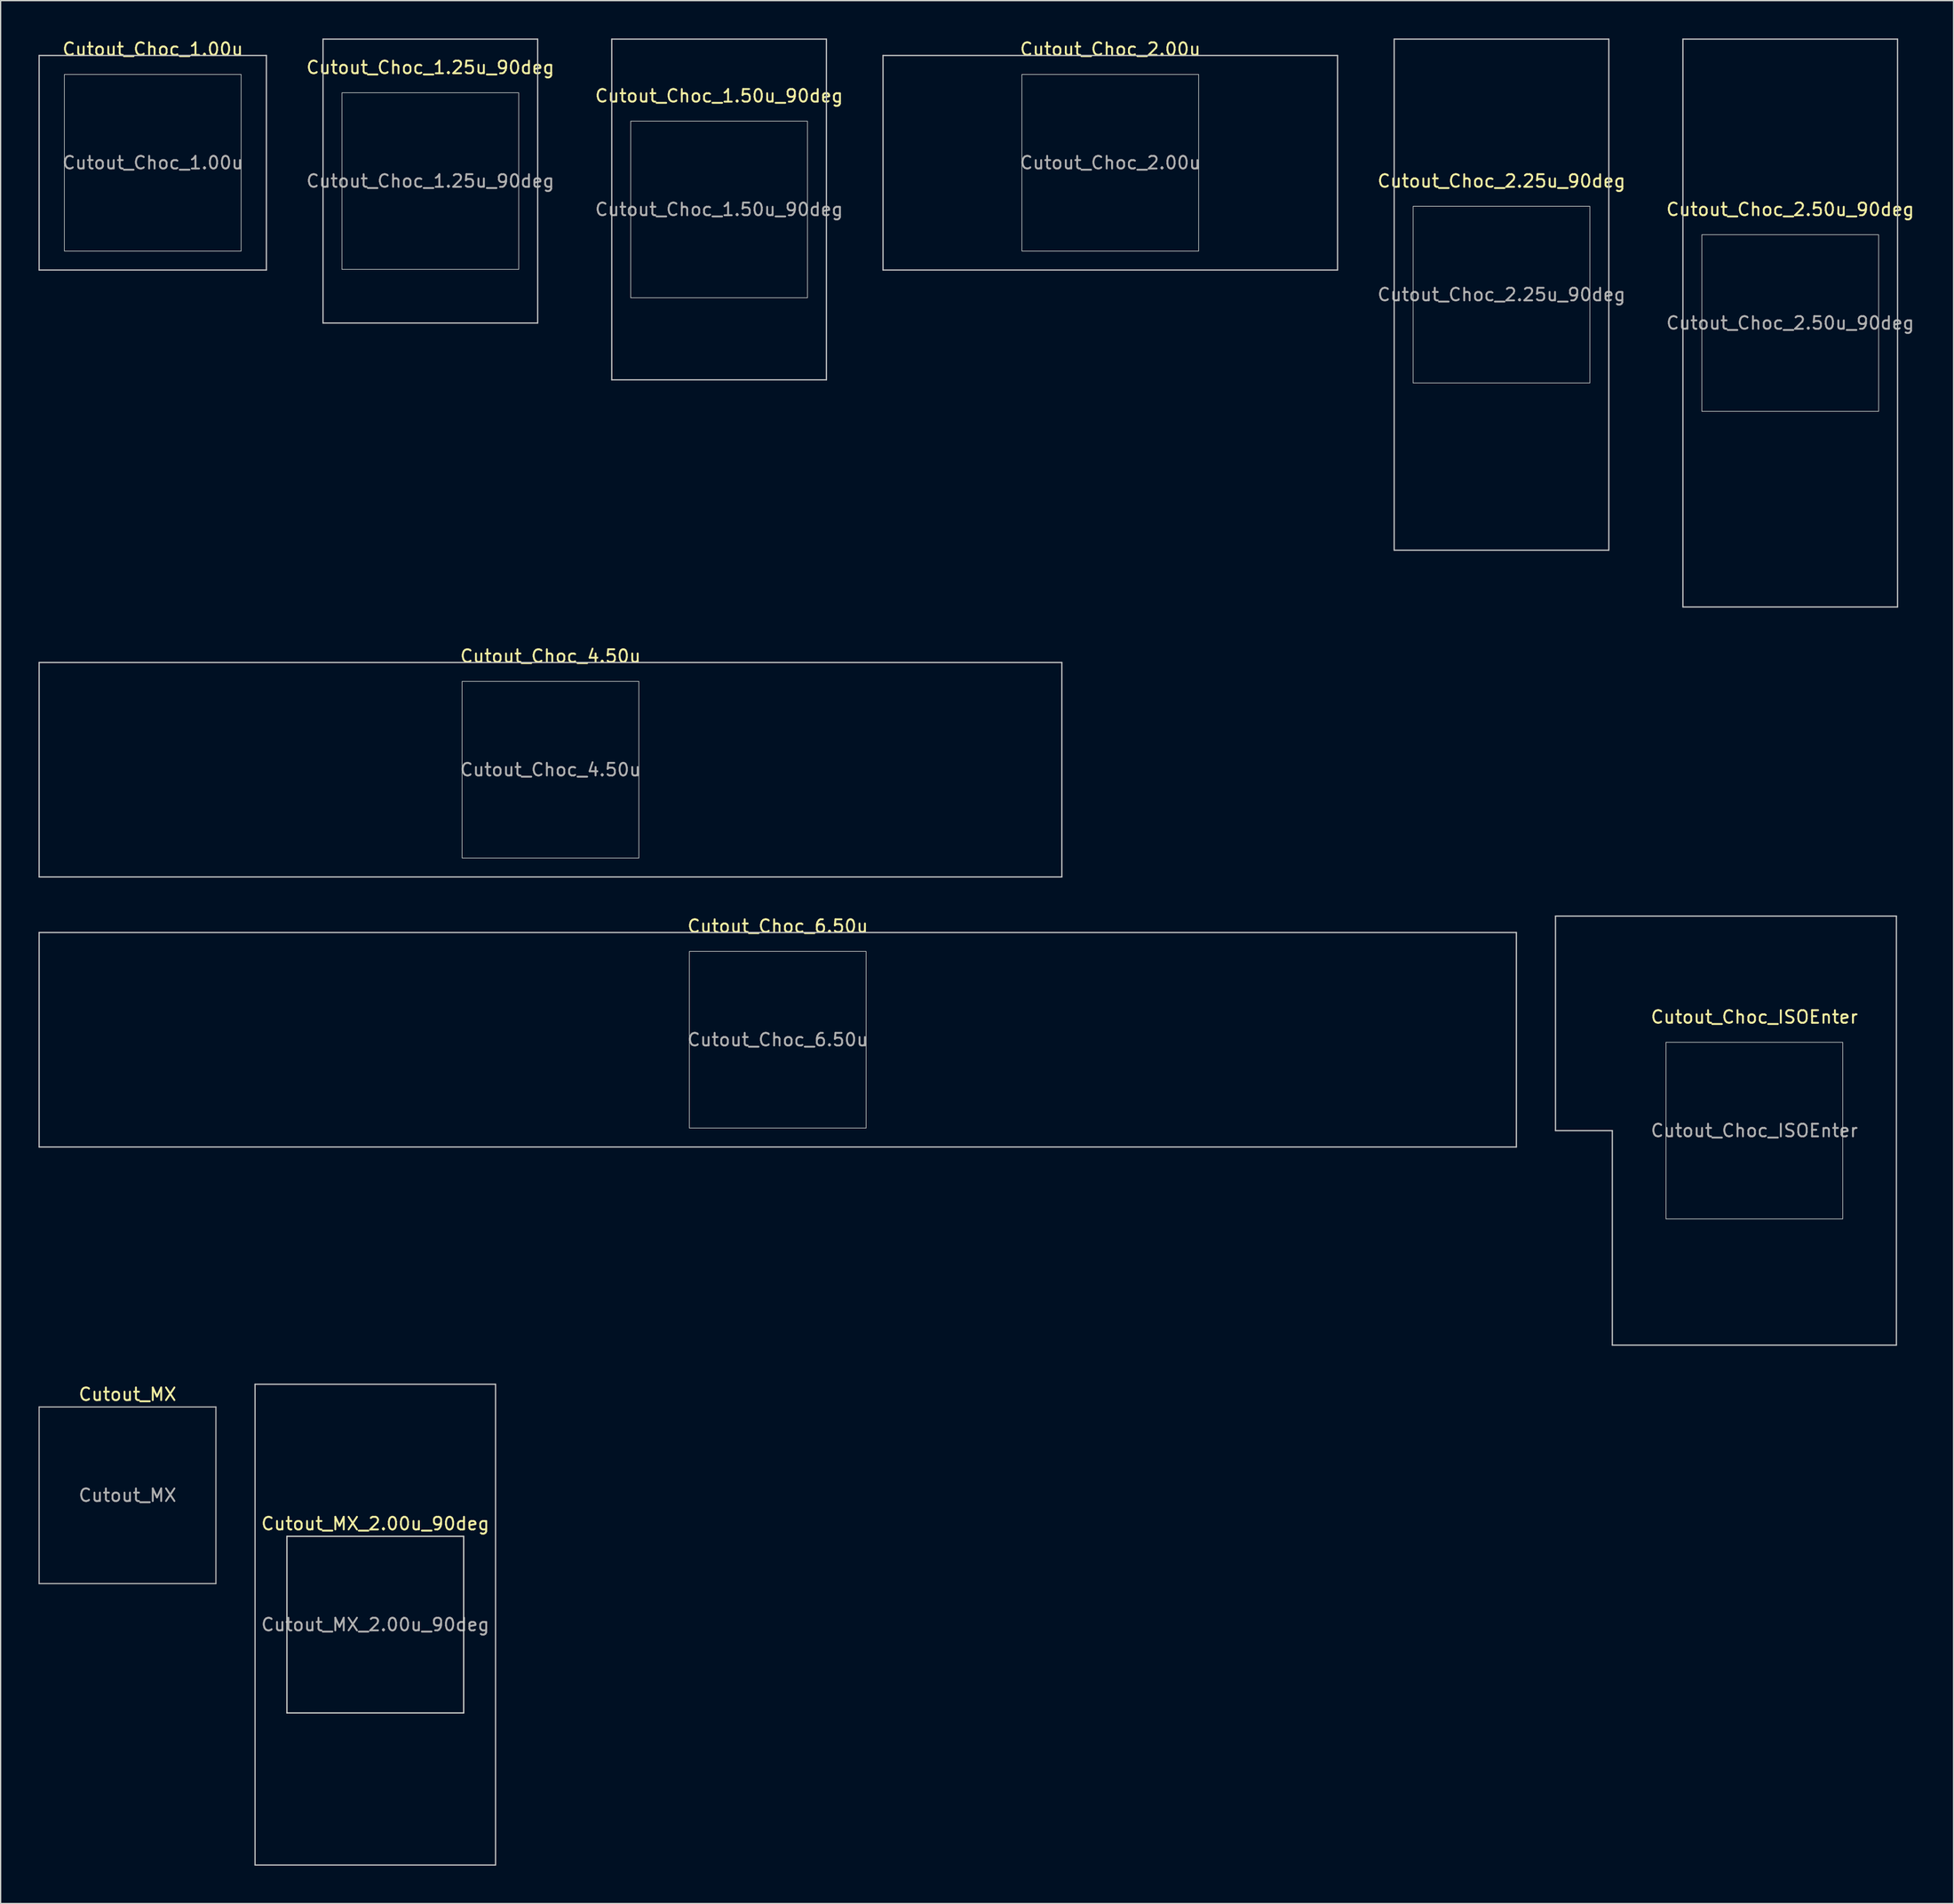
<source format=kicad_pcb>
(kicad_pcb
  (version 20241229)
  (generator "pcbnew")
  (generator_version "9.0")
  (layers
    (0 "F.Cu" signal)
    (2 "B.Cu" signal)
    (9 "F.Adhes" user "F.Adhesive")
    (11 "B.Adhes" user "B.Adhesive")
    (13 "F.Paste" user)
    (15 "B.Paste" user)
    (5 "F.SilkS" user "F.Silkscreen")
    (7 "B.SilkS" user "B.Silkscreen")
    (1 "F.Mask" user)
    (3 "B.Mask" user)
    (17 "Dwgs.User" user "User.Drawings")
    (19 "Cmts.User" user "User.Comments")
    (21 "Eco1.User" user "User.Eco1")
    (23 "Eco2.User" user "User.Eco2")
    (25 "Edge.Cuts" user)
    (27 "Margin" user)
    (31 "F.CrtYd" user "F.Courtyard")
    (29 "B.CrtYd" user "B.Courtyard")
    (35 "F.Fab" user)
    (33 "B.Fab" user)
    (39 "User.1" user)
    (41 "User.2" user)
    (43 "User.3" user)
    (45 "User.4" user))
  (footprint "Cutout_Choc_1.00u"
    (layer "F.Cu")
    (at 9.05 9.848)
    (property "Reference" "Cutout_Choc_1.00u" (at 0 -9 0) (layer "F.SilkS") (effects (font (size 1 1) (thickness 0.15))))
    (attr through_hole)
    (fp_line (start -9 -8.5) (end -9 8.5) (stroke (width 0.1) (type solid)) (layer "Dwgs.User"))
    (fp_line (start -9 8.5) (end 9 8.5) (stroke (width 0.1) (type solid)) (layer "Dwgs.User"))
    (fp_line (start 9 -8.5) (end -9 -8.5) (stroke (width 0.1) (type solid)) (layer "Dwgs.User"))
    (fp_line (start 9 8.5) (end 9 -8.5) (stroke (width 0.1) (type solid)) (layer "Dwgs.User"))
    (fp_rect (start -7 -7) (end 7 7) (stroke (width 0.05) (type default)) (fill no) (layer "Edge.Cuts"))
    (fp_text user "${REFERENCE}" (at 0 0 0) (layer "F.Fab") (effects (font (size 1 1) (thickness 0.15)))))
  (footprint "Cutout_Choc_4.50u"
    (layer "F.Cu")
    (at 40.55 57.948)
    (property "Reference" "Cutout_Choc_4.50u" (at 0 -9 0) (layer "F.SilkS") (effects (font (size 1 1) (thickness 0.15))))
    (attr through_hole)
    (fp_line (start -40.5 -8.5) (end -40.5 8.5) (stroke (width 0.1) (type solid)) (layer "Dwgs.User"))
    (fp_line (start -40.5 8.5) (end 40.5 8.5) (stroke (width 0.1) (type solid)) (layer "Dwgs.User"))
    (fp_line (start 40.5 -8.5) (end -40.5 -8.5) (stroke (width 0.1) (type solid)) (layer "Dwgs.User"))
    (fp_line (start 40.5 8.5) (end 40.5 -8.5) (stroke (width 0.1) (type solid)) (layer "Dwgs.User"))
    (fp_rect (start -7 -7) (end 7 7) (stroke (width 0.05) (type default)) (fill no) (layer "Edge.Cuts"))
    (fp_text user "${REFERENCE}" (at 0 0 0) (layer "F.Fab") (effects (font (size 1 1) (thickness 0.15)))))
  (footprint "Cutout_Choc_2.00u"
    (layer "F.Cu")
    (at 84.888 9.848)
    (property "Reference" "Cutout_Choc_2.00u" (at 0 -9 0) (layer "F.SilkS") (effects (font (size 1 1) (thickness 0.15))))
    (attr through_hole)
    (fp_line (start -18 -8.5) (end -18 8.5) (stroke (width 0.1) (type solid)) (layer "Dwgs.User"))
    (fp_line (start -18 8.5) (end 18 8.5) (stroke (width 0.1) (type solid)) (layer "Dwgs.User"))
    (fp_line (start 18 -8.5) (end -18 -8.5) (stroke (width 0.1) (type solid)) (layer "Dwgs.User"))
    (fp_line (start 18 8.5) (end 18 -8.5) (stroke (width 0.1) (type solid)) (layer "Dwgs.User"))
    (fp_rect (start -7 -7) (end 7 7) (stroke (width 0.05) (type default)) (fill no) (layer "Edge.Cuts"))
    (fp_text user "${REFERENCE}" (at 0 0 0) (layer "F.Fab") (effects (font (size 1 1) (thickness 0.15)))))
  (footprint "Cutout_Choc_1.25u_90deg"
    (layer "F.Cu")
    (at 31.035 11.3)
    (property "Reference" "Cutout_Choc_1.25u_90deg" (at 0 -9 0) (layer "F.SilkS") (effects (font (size 1 1) (thickness 0.15))))
    (attr through_hole)
    (fp_line (start -8.5 -11.25) (end 8.5 -11.25) (stroke (width 0.1) (type solid)) (layer "Dwgs.User"))
    (fp_line (start -8.5 11.25) (end -8.5 -11.25) (stroke (width 0.1) (type solid)) (layer "Dwgs.User"))
    (fp_line (start 8.5 -11.25) (end 8.5 11.25) (stroke (width 0.1) (type solid)) (layer "Dwgs.User"))
    (fp_line (start 8.5 11.25) (end -8.5 11.25) (stroke (width 0.1) (type solid)) (layer "Dwgs.User"))
    (fp_rect (start -7 -7) (end 7 7) (stroke (width 0.05) (type default)) (fill no) (layer "Edge.Cuts"))
    (fp_text user "${REFERENCE}" (at 0 0 0) (layer "F.Fab") (effects (font (size 1 1) (thickness 0.15)))))
  (footprint "Cutout_Choc_ISOEnter"
    (layer "F.Cu")
    (at 135.9 86.548)
    (property "Reference" "Cutout_Choc_ISOEnter" (at 0 -9 0) (layer "F.SilkS") (effects (font (size 1 1) (thickness 0.15))))
    (attr through_hole)
    (fp_line (start -15.75 -17) (end -15.75 0) (stroke (width 0.1) (type solid)) (layer "Dwgs.User"))
    (fp_line (start -15.75 0) (end -11.25 0) (stroke (width 0.1) (type solid)) (layer "Dwgs.User"))
    (fp_line (start -11.25 0) (end -11.25 17) (stroke (width 0.1) (type solid)) (layer "Dwgs.User"))
    (fp_line (start -11.25 17) (end 11.25 17) (stroke (width 0.1) (type solid)) (layer "Dwgs.User"))
    (fp_line (start 11.25 -17) (end -15.75 -17) (stroke (width 0.1) (type solid)) (layer "Dwgs.User"))
    (fp_line (start 11.25 17) (end 11.25 -17) (stroke (width 0.1) (type solid)) (layer "Dwgs.User"))
    (fp_rect (start -7 -7) (end 7 7) (stroke (width 0.05) (type default)) (fill no) (layer "Edge.Cuts"))
    (fp_text user "${REFERENCE}" (at 0 0 0) (layer "F.Fab") (effects (font (size 1 1) (thickness 0.15)))))
  (footprint "Cutout_Choc_2.25u_90deg"
    (layer "F.Cu")
    (at 115.873 20.3)
    (property "Reference" "Cutout_Choc_2.25u_90deg" (at 0 -9 0) (layer "F.SilkS") (effects (font (size 1 1) (thickness 0.15))))
    (attr through_hole)
    (fp_line (start -8.5 -20.25) (end 8.5 -20.25) (stroke (width 0.1) (type solid)) (layer "Dwgs.User"))
    (fp_line (start -8.5 20.25) (end -8.5 -20.25) (stroke (width 0.1) (type solid)) (layer "Dwgs.User"))
    (fp_line (start 8.5 -20.25) (end 8.5 20.25) (stroke (width 0.1) (type solid)) (layer "Dwgs.User"))
    (fp_line (start 8.5 20.25) (end -8.5 20.25) (stroke (width 0.1) (type solid)) (layer "Dwgs.User"))
    (fp_rect (start -7 -7) (end 7 7) (stroke (width 0.05) (type default)) (fill no) (layer "Edge.Cuts"))
    (fp_text user "${REFERENCE}" (at 0 0 0) (layer "F.Fab") (effects (font (size 1 1) (thickness 0.15)))))
  (footprint "Cutout_MX_2.00u_90deg"
    (layer "F.Cu")
    (at 26.675 125.698)
    (property "Reference" "Cutout_MX_2.00u_90deg" (at 0 -8 0) (layer "F.SilkS") (effects (font (size 1 1) (thickness 0.15))))
    (attr through_hole)
    (fp_line (start -9.525 -19.05) (end 9.525 -19.05) (stroke (width 0.1) (type solid)) (layer "Dwgs.User"))
    (fp_line (start -9.525 19.05) (end -9.525 -19.05) (stroke (width 0.1) (type solid)) (layer "Dwgs.User"))
    (fp_line (start 9.525 -19.05) (end 9.525 19.05) (stroke (width 0.1) (type solid)) (layer "Dwgs.User"))
    (fp_line (start 9.525 19.05) (end -9.525 19.05) (stroke (width 0.1) (type solid)) (layer "Dwgs.User"))
    (fp_line (start -7 -7) (end -7 7) (stroke (width 0.1) (type solid)) (layer "Edge.Cuts"))
    (fp_line (start -7 7) (end 7 7) (stroke (width 0.1) (type solid)) (layer "Edge.Cuts"))
    (fp_line (start 7 -7) (end -7 -7) (stroke (width 0.1) (type solid)) (layer "Edge.Cuts"))
    (fp_line (start 7 7) (end 7 -7) (stroke (width 0.1) (type solid)) (layer "Edge.Cuts"))
    (fp_text user "${REFERENCE}" (at 0 0 0) (layer "F.Fab") (effects (font (size 1 1) (thickness 0.15)))))
  (footprint "Cutout_Choc_1.50u_90deg"
    (layer "F.Cu")
    (at 53.904 13.55)
    (property "Reference" "Cutout_Choc_1.50u_90deg" (at 0 -9 0) (layer "F.SilkS") (effects (font (size 1 1) (thickness 0.15))))
    (attr through_hole)
    (fp_line (start -8.5 -13.5) (end 8.5 -13.5) (stroke (width 0.1) (type solid)) (layer "Dwgs.User"))
    (fp_line (start -8.5 13.5) (end -8.5 -13.5) (stroke (width 0.1) (type solid)) (layer "Dwgs.User"))
    (fp_line (start 8.5 -13.5) (end 8.5 13.5) (stroke (width 0.1) (type solid)) (layer "Dwgs.User"))
    (fp_line (start 8.5 13.5) (end -8.5 13.5) (stroke (width 0.1) (type solid)) (layer "Dwgs.User"))
    (fp_rect (start -7 -7) (end 7 7) (stroke (width 0.05) (type default)) (fill no) (layer "Edge.Cuts"))
    (fp_text user "${REFERENCE}" (at 0 0 0) (layer "F.Fab") (effects (font (size 1 1) (thickness 0.15)))))
  (footprint "Cutout_MX"
    (layer "F.Cu")
    (at 7.05 115.447)
    (property "Reference" "Cutout_MX" (at 0 -8 0) (layer "F.SilkS") (effects (font (size 1 1) (thickness 0.15))))
    (attr through_hole)
    (fp_line (start -7 -7) (end -7 7) (stroke (width 0.1) (type solid)) (layer "Eco1.User"))
    (fp_line (start -7 7) (end 7 7) (stroke (width 0.1) (type solid)) (layer "Eco1.User"))
    (fp_line (start 7 -7) (end -7 -7) (stroke (width 0.1) (type solid)) (layer "Eco1.User"))
    (fp_line (start 7 7) (end 7 -7) (stroke (width 0.1) (type solid)) (layer "Eco1.User"))
    (fp_line (start -7 -7) (end -7 7) (stroke (width 0.1) (type solid)) (layer "F.Fab"))
    (fp_line (start -7 7) (end 7 7) (stroke (width 0.1) (type solid)) (layer "F.Fab"))
    (fp_line (start 7 -7) (end -7 -7) (stroke (width 0.1) (type solid)) (layer "F.Fab"))
    (fp_line (start 7 7) (end 7 -7) (stroke (width 0.1) (type solid)) (layer "F.Fab"))
    (fp_text user "${REFERENCE}" (at 0 0 0) (layer "F.Fab") (effects (font (size 1 1) (thickness 0.15)))))
  (footprint "Cutout_Choc_6.50u"
    (layer "F.Cu")
    (at 58.55 79.347)
    (property "Reference" "Cutout_Choc_6.50u" (at 0 -9 0) (layer "F.SilkS") (effects (font (size 1 1) (thickness 0.15))))
    (attr through_hole)
    (fp_line (start -58.5 -8.5) (end -58.5 8.5) (stroke (width 0.1) (type solid)) (layer "Dwgs.User"))
    (fp_line (start -58.5 8.5) (end 58.5 8.5) (stroke (width 0.1) (type solid)) (layer "Dwgs.User"))
    (fp_line (start 58.5 -8.5) (end -58.5 -8.5) (stroke (width 0.1) (type solid)) (layer "Dwgs.User"))
    (fp_line (start 58.5 8.5) (end 58.5 -8.5) (stroke (width 0.1) (type solid)) (layer "Dwgs.User"))
    (fp_rect (start -7 -7) (end 7 7) (stroke (width 0.05) (type default)) (fill no) (layer "Edge.Cuts"))
    (fp_text user "${REFERENCE}" (at 0 0 0) (layer "F.Fab") (effects (font (size 1 1) (thickness 0.15)))))
  (footprint "Cutout_Choc_2.50u_90deg"
    (layer "F.Cu")
    (at 138.742 22.55)
    (property "Reference" "Cutout_Choc_2.50u_90deg" (at 0 -9 0) (layer "F.SilkS") (effects (font (size 1 1) (thickness 0.15))))
    (attr through_hole)
    (fp_line (start -8.5 -22.5) (end 8.5 -22.5) (stroke (width 0.1) (type solid)) (layer "Dwgs.User"))
    (fp_line (start -8.5 22.5) (end -8.5 -22.5) (stroke (width 0.1) (type solid)) (layer "Dwgs.User"))
    (fp_line (start 8.5 -22.5) (end 8.5 22.5) (stroke (width 0.1) (type solid)) (layer "Dwgs.User"))
    (fp_line (start 8.5 22.5) (end -8.5 22.5) (stroke (width 0.1) (type solid)) (layer "Dwgs.User"))
    (fp_rect (start -7 -7) (end 7 7) (stroke (width 0.05) (type default)) (fill no) (layer "Edge.Cuts"))
    (fp_text user "${REFERENCE}" (at 0 0 0) (layer "F.Fab") (effects (font (size 1 1) (thickness 0.15)))))
  (gr_rect
    (start -3 -3)
    (end 151.676 147.798)
    (stroke (width 0.1) (type default))
    (fill no)
    (layer "Edge.Cuts")))
</source>
